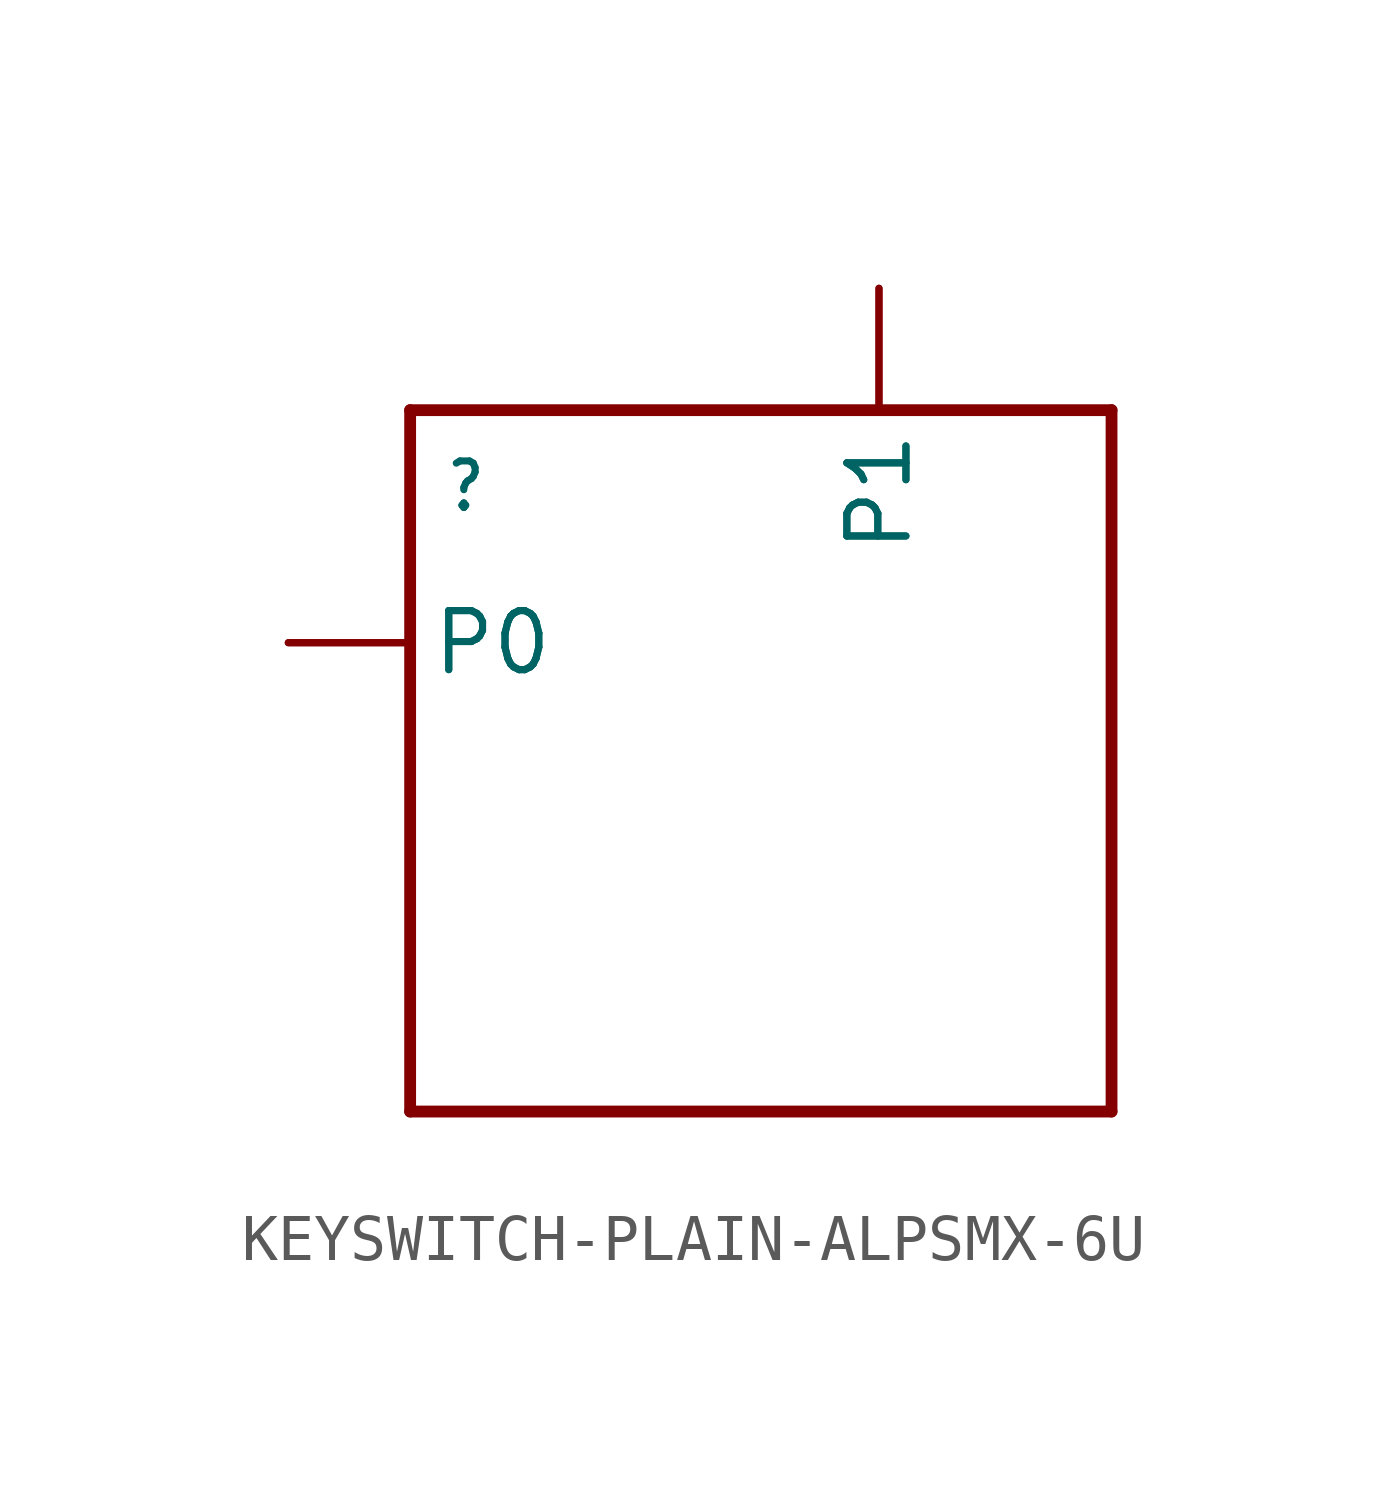
<source format=kicad_sym>
(kicad_symbol_lib
  (version 20211014)
  (generator kicad_symbol_editor)
  (symbol "KEYSWITCH-PLAIN-ALPSMX-6U"
    (property "Reference" ""
      (at -6.81 5.318 0)
      (effects (font (size 1 0.85)) (justify left bottom)))
    (property "ki_locked" ""
      (at 0 0 0)
      (effects (font (size 1.27 1.27))))
    (symbol "KEYSWITCH-PLAIN-ALPSMX-6U_1_0"
      (polyline (pts (xy -7.54 -7.54) (xy -7.54 7.54)) (stroke (width 0.254) (type default) (color 0 0 0 0)) (fill (type none)))
      (polyline (pts (xy -7.54 7.54) (xy 7.54 7.54)) (stroke (width 0.254) (type default) (color 0 0 0 0)) (fill (type none)))
      (polyline (pts (xy 7.54 -7.54) (xy -7.54 -7.54)) (stroke (width 0.254) (type default) (color 0 0 0 0)) (fill (type none)))
      (polyline (pts (xy 7.54 7.54) (xy 7.54 -7.54)) (stroke (width 0.254) (type default) (color 0 0 0 0)) (fill (type none)))
      (pin bidirectional line (at -10.16 2.54 0) (length 2.54) (name "P0" (effects (font (size 1.27 1.27)))) (number "ALPS1" (effects (font (size 0 0)))))
      (pin bidirectional line (at 2.54 10.16 270) (length 2.54) (name "P1" (effects (font (size 1.27 1.27)))) (number "ALPS2" (effects (font (size 0 0)))))
      (pin bidirectional line (at -10.16 2.54 0) (length 2.54) (name "P0" (effects (font (size 1.27 1.27)))) (number "MX1" (effects (font (size 0 0)))))
      (pin bidirectional line (at 2.54 10.16 270) (length 2.54) (name "P1" (effects (font (size 1.27 1.27)))) (number "MX2" (effects (font (size 0 0))))))))
</source>
